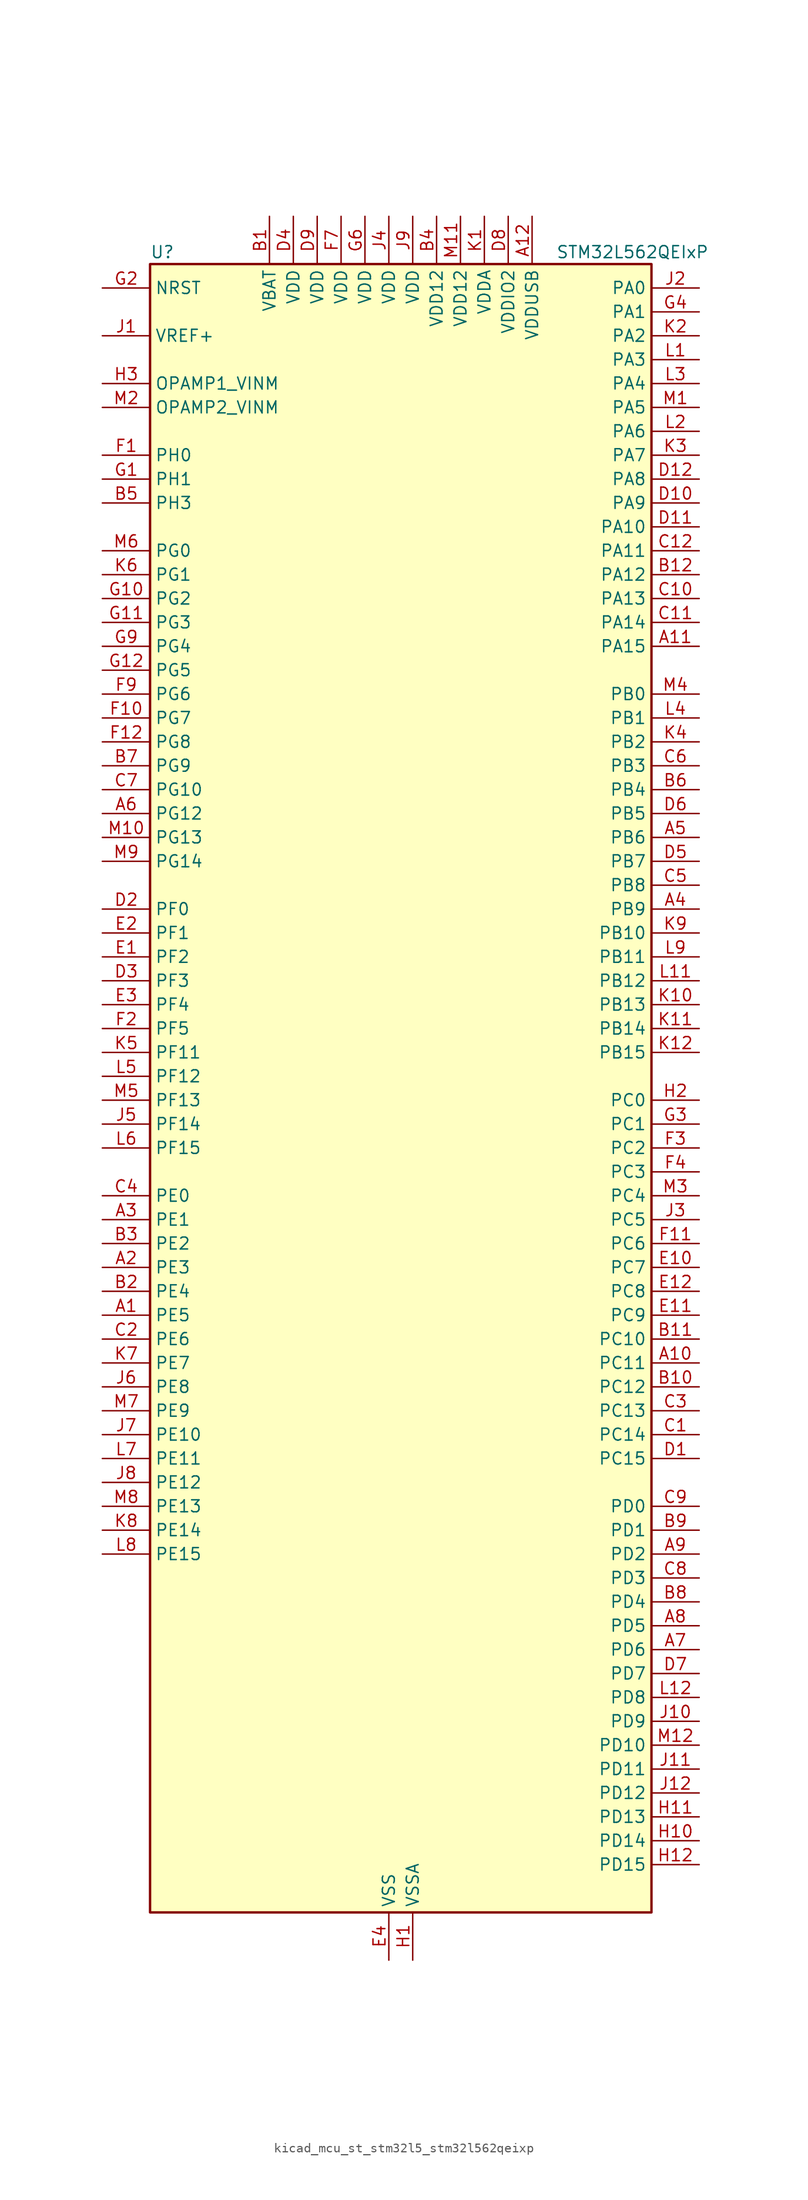
<source format=kicad_sym>
(kicad_symbol_lib
  (version 20220914)
  (generator kicad_symbol_editor)
  (symbol "kicad_mcu_st_stm32l5_stm32l562qeixp"
    (property "Reference" "U"
      (at -25.4 90.17 0)
      (effects (font (size 1.27 1.27)) (justify left)))
    (property "Value" "STM32L562QEIxP"
      (at 17.78 90.17 0)
      (effects (font (size 1.27 1.27)) (justify left)))
    (property "ki_locked" ""
      (at 0 0 0)
      (effects (font (size 1.27 1.27))))
    (symbol "kicad_mcu_st_stm32l5_stm32l562qeixp_0_1"
      (rectangle (start -25.4 -86.36) (end 27.94 88.9) (stroke (width 0.254) (type default)) (fill (type background))))
    (symbol "kicad_mcu_st_stm32l5_stm32l562qeixp_1_1"
      (pin bidirectional line (at -30.48 -22.86 0) (length 5.08) (name "PE5" (effects (font (size 1.27 1.27)))) (number "A1" (effects (font (size 1.27 1.27)))) (alternate "DEBUG_TRACED2" bidirectional line) (alternate "DFSDM1_CKIN3" bidirectional line) (alternate "FMC_A21" bidirectional line) (alternate "SAI1_CK2" bidirectional line) (alternate "SAI1_SCK_A" bidirectional line) (alternate "TIM3_CH3" bidirectional line) (alternate "TSC_G7_IO4" bidirectional line))
      (pin bidirectional line (at 33.02 -27.94 180) (length 5.08) (name "PC11" (effects (font (size 1.27 1.27)))) (number "A10" (effects (font (size 1.27 1.27)))) (alternate "ADC1_EXTI11" bidirectional line) (alternate "ADC2_EXTI11" bidirectional line) (alternate "LPTIM3_IN1" bidirectional line) (alternate "OCTOSPI1_NCS" bidirectional line) (alternate "SAI2_MCLK_B" bidirectional line) (alternate "SDMMC1_D3" bidirectional line) (alternate "SPI3_MISO" bidirectional line) (alternate "TSC_G3_IO3" bidirectional line) (alternate "UART4_RX" bidirectional line) (alternate "UCPD1_FRSTX2" bidirectional line) (alternate "USART3_RX" bidirectional line))
      (pin bidirectional line (at 33.02 48.26 180) (length 5.08) (name "PA15" (effects (font (size 1.27 1.27)))) (number "A11" (effects (font (size 1.27 1.27)))) (alternate "ADC1_EXTI15" bidirectional line) (alternate "ADC2_EXTI15" bidirectional line) (alternate "DEBUG_JTDI" bidirectional line) (alternate "SAI2_FS_B" bidirectional line) (alternate "SPI1_NSS" bidirectional line) (alternate "SPI3_NSS" bidirectional line) (alternate "TIM2_CH1" bidirectional line) (alternate "TIM2_ETR" bidirectional line) (alternate "UART4_DE" bidirectional line) (alternate "UART4_RTS" bidirectional line) (alternate "UCPD1_CC1" bidirectional line) (alternate "USART2_RX" bidirectional line) (alternate "USART3_DE" bidirectional line) (alternate "USART3_RTS" bidirectional line))
      (pin power_in line (at 15.24 93.98 270) (length 5.08) (name "VDDUSB" (effects (font (size 1.27 1.27)))) (number "A12" (effects (font (size 1.27 1.27)))))
      (pin bidirectional line (at -30.48 -17.78 0) (length 5.08) (name "PE3" (effects (font (size 1.27 1.27)))) (number "A2" (effects (font (size 1.27 1.27)))) (alternate "DEBUG_TRACED0" bidirectional line) (alternate "FMC_A19" bidirectional line) (alternate "OCTOSPI1_DQS" bidirectional line) (alternate "SAI1_SD_B" bidirectional line) (alternate "TIM3_CH1" bidirectional line) (alternate "TSC_G7_IO2" bidirectional line))
      (pin bidirectional line (at -30.48 -12.7 0) (length 5.08) (name "PE1" (effects (font (size 1.27 1.27)))) (number "A3" (effects (font (size 1.27 1.27)))) (alternate "FMC_NBL1" bidirectional line) (alternate "TIM17_CH1" bidirectional line))
      (pin bidirectional line (at 33.02 20.32 180) (length 5.08) (name "PB9" (effects (font (size 1.27 1.27)))) (number "A4" (effects (font (size 1.27 1.27)))) (alternate "DAC1_EXTI9" bidirectional line) (alternate "FDCAN1_TX" bidirectional line) (alternate "I2C1_SDA" bidirectional line) (alternate "IR_OUT" bidirectional line) (alternate "SAI1_D2" bidirectional line) (alternate "SAI1_FS_A" bidirectional line) (alternate "SDMMC1_CDIR" bidirectional line) (alternate "SDMMC1_D5" bidirectional line) (alternate "SPI2_NSS" bidirectional line) (alternate "TIM17_CH1" bidirectional line) (alternate "TIM4_CH4" bidirectional line))
      (pin bidirectional line (at 33.02 27.94 180) (length 5.08) (name "PB6" (effects (font (size 1.27 1.27)))) (number "A5" (effects (font (size 1.27 1.27)))) (alternate "COMP2_INP" bidirectional line) (alternate "I2C1_SCL" bidirectional line) (alternate "I2C4_SCL" bidirectional line) (alternate "LPTIM1_ETR" bidirectional line) (alternate "SAI1_FS_B" bidirectional line) (alternate "TIM16_CH1N" bidirectional line) (alternate "TIM4_CH1" bidirectional line) (alternate "TIM8_BKIN2" bidirectional line) (alternate "TSC_G2_IO3" bidirectional line) (alternate "USART1_TX" bidirectional line))
      (pin bidirectional line (at -30.48 30.48 0) (length 5.08) (name "PG12" (effects (font (size 1.27 1.27)))) (number "A6" (effects (font (size 1.27 1.27)))) (alternate "FMC_NE4" bidirectional line) (alternate "LPTIM1_ETR" bidirectional line) (alternate "SAI2_SD_A" bidirectional line) (alternate "SPI3_NSS" bidirectional line) (alternate "USART1_DE" bidirectional line) (alternate "USART1_RTS" bidirectional line))
      (pin bidirectional line (at 33.02 -58.42 180) (length 5.08) (name "PD6" (effects (font (size 1.27 1.27)))) (number "A7" (effects (font (size 1.27 1.27)))) (alternate "DFSDM1_DATIN1" bidirectional line) (alternate "FMC_NWAIT" bidirectional line) (alternate "OCTOSPI1_IO6" bidirectional line) (alternate "SAI1_D1" bidirectional line) (alternate "SAI1_SD_A" bidirectional line) (alternate "SPI3_MOSI" bidirectional line) (alternate "USART2_RX" bidirectional line))
      (pin bidirectional line (at 33.02 -55.88 180) (length 5.08) (name "PD5" (effects (font (size 1.27 1.27)))) (number "A8" (effects (font (size 1.27 1.27)))) (alternate "FMC_NWE" bidirectional line) (alternate "OCTOSPI1_IO5" bidirectional line) (alternate "USART2_TX" bidirectional line))
      (pin bidirectional line (at 33.02 -48.26 180) (length 5.08) (name "PD2" (effects (font (size 1.27 1.27)))) (number "A9" (effects (font (size 1.27 1.27)))) (alternate "DEBUG_TRACED2" bidirectional line) (alternate "SDMMC1_CMD" bidirectional line) (alternate "TIM3_ETR" bidirectional line) (alternate "TSC_SYNC" bidirectional line) (alternate "UART5_RX" bidirectional line) (alternate "USART3_DE" bidirectional line) (alternate "USART3_RTS" bidirectional line))
      (pin power_in line (at -12.7 93.98 270) (length 5.08) (name "VBAT" (effects (font (size 1.27 1.27)))) (number "B1" (effects (font (size 1.27 1.27)))))
      (pin bidirectional line (at 33.02 -30.48 180) (length 5.08) (name "PC12" (effects (font (size 1.27 1.27)))) (number "B10" (effects (font (size 1.27 1.27)))) (alternate "DEBUG_TRACED3" bidirectional line) (alternate "SAI2_SD_B" bidirectional line) (alternate "SDMMC1_CK" bidirectional line) (alternate "SPI3_MOSI" bidirectional line) (alternate "TSC_G3_IO4" bidirectional line) (alternate "UART5_TX" bidirectional line) (alternate "USART3_CK" bidirectional line))
      (pin bidirectional line (at 33.02 -25.4 180) (length 5.08) (name "PC10" (effects (font (size 1.27 1.27)))) (number "B11" (effects (font (size 1.27 1.27)))) (alternate "DEBUG_TRACED1" bidirectional line) (alternate "LPTIM3_ETR" bidirectional line) (alternate "SAI2_SCK_B" bidirectional line) (alternate "SDMMC1_D2" bidirectional line) (alternate "SPI3_SCK" bidirectional line) (alternate "TSC_G3_IO2" bidirectional line) (alternate "UART4_TX" bidirectional line) (alternate "USART3_TX" bidirectional line))
      (pin bidirectional line (at 33.02 55.88 180) (length 5.08) (name "PA12" (effects (font (size 1.27 1.27)))) (number "B12" (effects (font (size 1.27 1.27)))) (alternate "FDCAN1_TX" bidirectional line) (alternate "SPI1_MOSI" bidirectional line) (alternate "TIM1_ETR" bidirectional line) (alternate "USART1_DE" bidirectional line) (alternate "USART1_RTS" bidirectional line) (alternate "USB_DP" bidirectional line))
      (pin bidirectional line (at -30.48 -20.32 0) (length 5.08) (name "PE4" (effects (font (size 1.27 1.27)))) (number "B2" (effects (font (size 1.27 1.27)))) (alternate "DEBUG_TRACED1" bidirectional line) (alternate "DFSDM1_DATIN3" bidirectional line) (alternate "FMC_A20" bidirectional line) (alternate "SAI1_D2" bidirectional line) (alternate "SAI1_FS_A" bidirectional line) (alternate "TIM3_CH2" bidirectional line) (alternate "TSC_G7_IO3" bidirectional line))
      (pin bidirectional line (at -30.48 -15.24 0) (length 5.08) (name "PE2" (effects (font (size 1.27 1.27)))) (number "B3" (effects (font (size 1.27 1.27)))) (alternate "DEBUG_TRACECLK" bidirectional line) (alternate "FMC_A23" bidirectional line) (alternate "SAI1_CK1" bidirectional line) (alternate "SAI1_MCLK_A" bidirectional line) (alternate "TIM3_ETR" bidirectional line) (alternate "TSC_G7_IO1" bidirectional line))
      (pin power_in line (at 5.08 93.98 270) (length 5.08) (name "VDD12" (effects (font (size 1.27 1.27)))) (number "B4" (effects (font (size 1.27 1.27)))))
      (pin bidirectional line (at -30.48 63.5 0) (length 5.08) (name "PH3" (effects (font (size 1.27 1.27)))) (number "B5" (effects (font (size 1.27 1.27)))))
      (pin bidirectional line (at 33.02 33.02 180) (length 5.08) (name "PB4" (effects (font (size 1.27 1.27)))) (number "B6" (effects (font (size 1.27 1.27)))) (alternate "COMP2_INP" bidirectional line) (alternate "DEBUG_JTRST" bidirectional line) (alternate "I2C3_SDA" bidirectional line) (alternate "SAI1_MCLK_B" bidirectional line) (alternate "SPI1_MISO" bidirectional line) (alternate "SPI3_MISO" bidirectional line) (alternate "TIM17_BKIN" bidirectional line) (alternate "TIM3_CH1" bidirectional line) (alternate "TSC_G2_IO1" bidirectional line) (alternate "UART5_DE" bidirectional line) (alternate "UART5_RTS" bidirectional line) (alternate "USART1_CTS" bidirectional line) (alternate "USART1_NSS" bidirectional line))
      (pin bidirectional line (at -30.48 35.56 0) (length 5.08) (name "PG9" (effects (font (size 1.27 1.27)))) (number "B7" (effects (font (size 1.27 1.27)))) (alternate "DAC1_EXTI9" bidirectional line) (alternate "FMC_NCE" bidirectional line) (alternate "FMC_NE2" bidirectional line) (alternate "SAI2_SCK_A" bidirectional line) (alternate "SPI3_SCK" bidirectional line) (alternate "TIM15_CH1N" bidirectional line) (alternate "USART1_TX" bidirectional line))
      (pin bidirectional line (at 33.02 -53.34 180) (length 5.08) (name "PD4" (effects (font (size 1.27 1.27)))) (number "B8" (effects (font (size 1.27 1.27)))) (alternate "DFSDM1_CKIN0" bidirectional line) (alternate "FMC_NOE" bidirectional line) (alternate "OCTOSPI1_IO4" bidirectional line) (alternate "SPI2_MOSI" bidirectional line) (alternate "USART2_DE" bidirectional line) (alternate "USART2_RTS" bidirectional line))
      (pin bidirectional line (at 33.02 -45.72 180) (length 5.08) (name "PD1" (effects (font (size 1.27 1.27)))) (number "B9" (effects (font (size 1.27 1.27)))) (alternate "FDCAN1_TX" bidirectional line) (alternate "FMC_D3" bidirectional line) (alternate "FMC_DA3" bidirectional line) (alternate "SPI2_SCK" bidirectional line))
      (pin bidirectional line (at 33.02 -35.56 180) (length 5.08) (name "PC14" (effects (font (size 1.27 1.27)))) (number "C1" (effects (font (size 1.27 1.27)))) (alternate "RCC_OSC32_IN" bidirectional line))
      (pin bidirectional line (at 33.02 53.34 180) (length 5.08) (name "PA13" (effects (font (size 1.27 1.27)))) (number "C10" (effects (font (size 1.27 1.27)))) (alternate "DEBUG_JTMS-SWDIO" bidirectional line) (alternate "IR_OUT" bidirectional line) (alternate "SAI1_SD_B" bidirectional line) (alternate "USB_NOE" bidirectional line))
      (pin bidirectional line (at 33.02 50.8 180) (length 5.08) (name "PA14" (effects (font (size 1.27 1.27)))) (number "C11" (effects (font (size 1.27 1.27)))) (alternate "DEBUG_JTCK-SWCLK" bidirectional line) (alternate "I2C1_SMBA" bidirectional line) (alternate "I2C4_SMBA" bidirectional line) (alternate "LPTIM1_OUT" bidirectional line) (alternate "SAI1_FS_B" bidirectional line))
      (pin bidirectional line (at 33.02 58.42 180) (length 5.08) (name "PA11" (effects (font (size 1.27 1.27)))) (number "C12" (effects (font (size 1.27 1.27)))) (alternate "ADC1_EXTI11" bidirectional line) (alternate "ADC2_EXTI11" bidirectional line) (alternate "FDCAN1_RX" bidirectional line) (alternate "SPI1_MISO" bidirectional line) (alternate "TIM1_BKIN2" bidirectional line) (alternate "TIM1_CH4" bidirectional line) (alternate "USART1_CTS" bidirectional line) (alternate "USART1_NSS" bidirectional line) (alternate "USB_DM" bidirectional line))
      (pin bidirectional line (at -30.48 -25.4 0) (length 5.08) (name "PE6" (effects (font (size 1.27 1.27)))) (number "C2" (effects (font (size 1.27 1.27)))) (alternate "DEBUG_TRACED3" bidirectional line) (alternate "FMC_A22" bidirectional line) (alternate "PWR_WKUP3" bidirectional line) (alternate "SAI1_D1" bidirectional line) (alternate "SAI1_SD_A" bidirectional line) (alternate "TAMP_IN3" bidirectional line) (alternate "TAMP_OUT6" bidirectional line) (alternate "TIM3_CH4" bidirectional line))
      (pin bidirectional line (at 33.02 -33.02 180) (length 5.08) (name "PC13" (effects (font (size 1.27 1.27)))) (number "C3" (effects (font (size 1.27 1.27)))) (alternate "PWR_WKUP2" bidirectional line) (alternate "RTC_OUT1" bidirectional line) (alternate "RTC_TS" bidirectional line) (alternate "TAMP_IN1" bidirectional line) (alternate "TAMP_OUT2" bidirectional line))
      (pin bidirectional line (at -30.48 -10.16 0) (length 5.08) (name "PE0" (effects (font (size 1.27 1.27)))) (number "C4" (effects (font (size 1.27 1.27)))) (alternate "FMC_NBL0" bidirectional line) (alternate "TIM16_CH1" bidirectional line) (alternate "TIM4_ETR" bidirectional line))
      (pin bidirectional line (at 33.02 22.86 180) (length 5.08) (name "PB8" (effects (font (size 1.27 1.27)))) (number "C5" (effects (font (size 1.27 1.27)))) (alternate "DFSDM1_CKOUT" bidirectional line) (alternate "FDCAN1_RX" bidirectional line) (alternate "I2C1_SCL" bidirectional line) (alternate "SAI1_CK1" bidirectional line) (alternate "SAI1_MCLK_A" bidirectional line) (alternate "SDMMC1_CKIN" bidirectional line) (alternate "SDMMC1_D4" bidirectional line) (alternate "TIM16_CH1" bidirectional line) (alternate "TIM4_CH3" bidirectional line))
      (pin bidirectional line (at 33.02 35.56 180) (length 5.08) (name "PB3" (effects (font (size 1.27 1.27)))) (number "C6" (effects (font (size 1.27 1.27)))) (alternate "COMP2_INM" bidirectional line) (alternate "CRS_SYNC" bidirectional line) (alternate "DEBUG_JTDO-SWO" bidirectional line) (alternate "SAI1_SCK_B" bidirectional line) (alternate "SPI1_SCK" bidirectional line) (alternate "SPI3_SCK" bidirectional line) (alternate "TIM2_CH2" bidirectional line) (alternate "USART1_DE" bidirectional line) (alternate "USART1_RTS" bidirectional line))
      (pin bidirectional line (at -30.48 33.02 0) (length 5.08) (name "PG10" (effects (font (size 1.27 1.27)))) (number "C7" (effects (font (size 1.27 1.27)))) (alternate "FMC_NE3" bidirectional line) (alternate "LPTIM1_IN1" bidirectional line) (alternate "SAI2_FS_A" bidirectional line) (alternate "SPI3_MISO" bidirectional line) (alternate "TIM15_CH1" bidirectional line) (alternate "USART1_RX" bidirectional line))
      (pin bidirectional line (at 33.02 -50.8 180) (length 5.08) (name "PD3" (effects (font (size 1.27 1.27)))) (number "C8" (effects (font (size 1.27 1.27)))) (alternate "DFSDM1_DATIN0" bidirectional line) (alternate "FMC_CLK" bidirectional line) (alternate "SPI2_MISO" bidirectional line) (alternate "SPI2_SCK" bidirectional line) (alternate "USART2_CTS" bidirectional line) (alternate "USART2_NSS" bidirectional line))
      (pin bidirectional line (at 33.02 -43.18 180) (length 5.08) (name "PD0" (effects (font (size 1.27 1.27)))) (number "C9" (effects (font (size 1.27 1.27)))) (alternate "FDCAN1_RX" bidirectional line) (alternate "FMC_D2" bidirectional line) (alternate "FMC_DA2" bidirectional line) (alternate "SPI2_NSS" bidirectional line))
      (pin bidirectional line (at 33.02 -38.1 180) (length 5.08) (name "PC15" (effects (font (size 1.27 1.27)))) (number "D1" (effects (font (size 1.27 1.27)))) (alternate "ADC1_EXTI15" bidirectional line) (alternate "ADC2_EXTI15" bidirectional line) (alternate "RCC_OSC32_OUT" bidirectional line))
      (pin bidirectional line (at 33.02 63.5 180) (length 5.08) (name "PA9" (effects (font (size 1.27 1.27)))) (number "D10" (effects (font (size 1.27 1.27)))) (alternate "DAC1_EXTI9" bidirectional line) (alternate "SAI1_FS_A" bidirectional line) (alternate "SPI2_SCK" bidirectional line) (alternate "TIM15_BKIN" bidirectional line) (alternate "TIM1_CH2" bidirectional line) (alternate "USART1_TX" bidirectional line))
      (pin bidirectional line (at 33.02 60.96 180) (length 5.08) (name "PA10" (effects (font (size 1.27 1.27)))) (number "D11" (effects (font (size 1.27 1.27)))) (alternate "CRS_SYNC" bidirectional line) (alternate "SAI1_D1" bidirectional line) (alternate "SAI1_SD_A" bidirectional line) (alternate "TIM17_BKIN" bidirectional line) (alternate "TIM1_CH3" bidirectional line) (alternate "USART1_RX" bidirectional line))
      (pin bidirectional line (at 33.02 66.04 180) (length 5.08) (name "PA8" (effects (font (size 1.27 1.27)))) (number "D12" (effects (font (size 1.27 1.27)))) (alternate "LPTIM2_OUT" bidirectional line) (alternate "RCC_MCO" bidirectional line) (alternate "SAI1_CK2" bidirectional line) (alternate "SAI1_SCK_A" bidirectional line) (alternate "TIM1_CH1" bidirectional line) (alternate "USART1_CK" bidirectional line))
      (pin bidirectional line (at -30.48 20.32 0) (length 5.08) (name "PF0" (effects (font (size 1.27 1.27)))) (number "D2" (effects (font (size 1.27 1.27)))) (alternate "FMC_A0" bidirectional line) (alternate "I2C2_SDA" bidirectional line))
      (pin bidirectional line (at -30.48 12.7 0) (length 5.08) (name "PF3" (effects (font (size 1.27 1.27)))) (number "D3" (effects (font (size 1.27 1.27)))) (alternate "FMC_A3" bidirectional line) (alternate "LPTIM3_IN1" bidirectional line))
      (pin power_in line (at -10.16 93.98 270) (length 5.08) (name "VDD" (effects (font (size 1.27 1.27)))) (number "D4" (effects (font (size 1.27 1.27)))))
      (pin bidirectional line (at 33.02 25.4 180) (length 5.08) (name "PB7" (effects (font (size 1.27 1.27)))) (number "D5" (effects (font (size 1.27 1.27)))) (alternate "COMP2_INM" bidirectional line) (alternate "FMC_NL" bidirectional line) (alternate "I2C1_SDA" bidirectional line) (alternate "I2C4_SDA" bidirectional line) (alternate "LPTIM1_IN2" bidirectional line) (alternate "PWR_PVD_IN" bidirectional line) (alternate "TIM17_CH1N" bidirectional line) (alternate "TIM4_CH2" bidirectional line) (alternate "TIM8_BKIN" bidirectional line) (alternate "TSC_G2_IO4" bidirectional line) (alternate "UART4_CTS" bidirectional line) (alternate "USART1_RX" bidirectional line))
      (pin bidirectional line (at 33.02 30.48 180) (length 5.08) (name "PB5" (effects (font (size 1.27 1.27)))) (number "D6" (effects (font (size 1.27 1.27)))) (alternate "COMP2_OUT" bidirectional line) (alternate "I2C1_SMBA" bidirectional line) (alternate "LPTIM1_IN1" bidirectional line) (alternate "OCTOSPI1_NCLK" bidirectional line) (alternate "SAI1_SD_B" bidirectional line) (alternate "SPI1_MOSI" bidirectional line) (alternate "SPI3_MOSI" bidirectional line) (alternate "TIM16_BKIN" bidirectional line) (alternate "TIM3_CH2" bidirectional line) (alternate "TSC_G2_IO2" bidirectional line) (alternate "UART5_CTS" bidirectional line) (alternate "UCPD1_DBCC1" bidirectional line) (alternate "USART1_CK" bidirectional line))
      (pin bidirectional line (at 33.02 -60.96 180) (length 5.08) (name "PD7" (effects (font (size 1.27 1.27)))) (number "D7" (effects (font (size 1.27 1.27)))) (alternate "DFSDM1_CKIN1" bidirectional line) (alternate "FMC_NCE" bidirectional line) (alternate "FMC_NE1" bidirectional line) (alternate "OCTOSPI1_IO7" bidirectional line) (alternate "USART2_CK" bidirectional line))
      (pin power_in line (at 12.7 93.98 270) (length 5.08) (name "VDDIO2" (effects (font (size 1.27 1.27)))) (number "D8" (effects (font (size 1.27 1.27)))))
      (pin power_in line (at -7.62 93.98 270) (length 5.08) (name "VDD" (effects (font (size 1.27 1.27)))) (number "D9" (effects (font (size 1.27 1.27)))))
      (pin bidirectional line (at -30.48 15.24 0) (length 5.08) (name "PF2" (effects (font (size 1.27 1.27)))) (number "E1" (effects (font (size 1.27 1.27)))) (alternate "FMC_A2" bidirectional line) (alternate "I2C2_SMBA" bidirectional line))
      (pin bidirectional line (at 33.02 -17.78 180) (length 5.08) (name "PC7" (effects (font (size 1.27 1.27)))) (number "E10" (effects (font (size 1.27 1.27)))) (alternate "DFSDM1_DATIN3" bidirectional line) (alternate "SAI2_MCLK_B" bidirectional line) (alternate "SDMMC1_D123DIR" bidirectional line) (alternate "SDMMC1_D7" bidirectional line) (alternate "TIM3_CH2" bidirectional line) (alternate "TIM8_CH2" bidirectional line) (alternate "TSC_G4_IO2" bidirectional line))
      (pin bidirectional line (at 33.02 -22.86 180) (length 5.08) (name "PC9" (effects (font (size 1.27 1.27)))) (number "E11" (effects (font (size 1.27 1.27)))) (alternate "DAC1_EXTI9" bidirectional line) (alternate "DEBUG_TRACED0" bidirectional line) (alternate "SAI2_EXTCLK" bidirectional line) (alternate "SDMMC1_D1" bidirectional line) (alternate "TIM3_CH4" bidirectional line) (alternate "TIM8_BKIN2" bidirectional line) (alternate "TIM8_CH4" bidirectional line) (alternate "TSC_G4_IO4" bidirectional line) (alternate "USB_NOE" bidirectional line))
      (pin bidirectional line (at 33.02 -20.32 180) (length 5.08) (name "PC8" (effects (font (size 1.27 1.27)))) (number "E12" (effects (font (size 1.27 1.27)))) (alternate "SDMMC1_D0" bidirectional line) (alternate "TIM3_CH3" bidirectional line) (alternate "TIM8_CH3" bidirectional line) (alternate "TSC_G4_IO3" bidirectional line))
      (pin bidirectional line (at -30.48 17.78 0) (length 5.08) (name "PF1" (effects (font (size 1.27 1.27)))) (number "E2" (effects (font (size 1.27 1.27)))) (alternate "FMC_A1" bidirectional line) (alternate "I2C2_SCL" bidirectional line))
      (pin bidirectional line (at -30.48 10.16 0) (length 5.08) (name "PF4" (effects (font (size 1.27 1.27)))) (number "E3" (effects (font (size 1.27 1.27)))) (alternate "FMC_A4" bidirectional line) (alternate "LPTIM3_ETR" bidirectional line))
      (pin power_in line (at 0 -91.44 90) (length 5.08) (name "VSS" (effects (font (size 1.27 1.27)))) (number "E4" (effects (font (size 1.27 1.27)))))
      (pin passive line (at 0 -91.44 90) (length 5.08) hide (name "VSS" (effects (font (size 1.27 1.27)))) (number "E9" (effects (font (size 1.27 1.27)))))
      (pin bidirectional line (at -30.48 68.58 0) (length 5.08) (name "PH0" (effects (font (size 1.27 1.27)))) (number "F1" (effects (font (size 1.27 1.27)))) (alternate "RCC_OSC_IN" bidirectional line))
      (pin bidirectional line (at -30.48 40.64 0) (length 5.08) (name "PG7" (effects (font (size 1.27 1.27)))) (number "F10" (effects (font (size 1.27 1.27)))) (alternate "DFSDM1_CKOUT" bidirectional line) (alternate "FMC_INT" bidirectional line) (alternate "I2C3_SCL" bidirectional line) (alternate "LPUART1_TX" bidirectional line) (alternate "SAI1_CK1" bidirectional line) (alternate "SAI1_MCLK_A" bidirectional line) (alternate "UCPD1_FRSTX2" bidirectional line))
      (pin bidirectional line (at 33.02 -15.24 180) (length 5.08) (name "PC6" (effects (font (size 1.27 1.27)))) (number "F11" (effects (font (size 1.27 1.27)))) (alternate "DFSDM1_CKIN3" bidirectional line) (alternate "SAI2_MCLK_A" bidirectional line) (alternate "SDMMC1_D0DIR" bidirectional line) (alternate "SDMMC1_D6" bidirectional line) (alternate "TIM3_CH1" bidirectional line) (alternate "TIM8_CH1" bidirectional line) (alternate "TSC_G4_IO1" bidirectional line))
      (pin bidirectional line (at -30.48 38.1 0) (length 5.08) (name "PG8" (effects (font (size 1.27 1.27)))) (number "F12" (effects (font (size 1.27 1.27)))) (alternate "I2C3_SDA" bidirectional line) (alternate "LPUART1_RX" bidirectional line))
      (pin bidirectional line (at -30.48 7.62 0) (length 5.08) (name "PF5" (effects (font (size 1.27 1.27)))) (number "F2" (effects (font (size 1.27 1.27)))) (alternate "FMC_A5" bidirectional line) (alternate "LPTIM3_OUT" bidirectional line))
      (pin bidirectional line (at 33.02 -5.08 180) (length 5.08) (name "PC2" (effects (font (size 1.27 1.27)))) (number "F3" (effects (font (size 1.27 1.27)))) (alternate "ADC1_IN3" bidirectional line) (alternate "ADC2_IN3" bidirectional line) (alternate "DFSDM1_CKOUT" bidirectional line) (alternate "LPTIM1_IN2" bidirectional line) (alternate "OCTOSPI1_IO5" bidirectional line) (alternate "SPI2_MISO" bidirectional line))
      (pin bidirectional line (at 33.02 -7.62 180) (length 5.08) (name "PC3" (effects (font (size 1.27 1.27)))) (number "F4" (effects (font (size 1.27 1.27)))) (alternate "ADC1_IN4" bidirectional line) (alternate "ADC2_IN4" bidirectional line) (alternate "LPTIM1_ETR" bidirectional line) (alternate "LPTIM2_ETR" bidirectional line) (alternate "LPTIM3_OUT" bidirectional line) (alternate "OCTOSPI1_IO6" bidirectional line) (alternate "SAI1_D1" bidirectional line) (alternate "SAI1_SD_A" bidirectional line) (alternate "SPI2_MOSI" bidirectional line))
      (pin passive line (at 0 -91.44 90) (length 5.08) hide (name "VSS" (effects (font (size 1.27 1.27)))) (number "F6" (effects (font (size 1.27 1.27)))))
      (pin power_in line (at -5.08 93.98 270) (length 5.08) (name "VDD" (effects (font (size 1.27 1.27)))) (number "F7" (effects (font (size 1.27 1.27)))))
      (pin bidirectional line (at -30.48 43.18 0) (length 5.08) (name "PG6" (effects (font (size 1.27 1.27)))) (number "F9" (effects (font (size 1.27 1.27)))) (alternate "I2C3_SMBA" bidirectional line) (alternate "LPUART1_DE" bidirectional line) (alternate "LPUART1_RTS" bidirectional line) (alternate "OCTOSPI1_DQS" bidirectional line) (alternate "UCPD1_FRSTX1" bidirectional line))
      (pin bidirectional line (at -30.48 66.04 0) (length 5.08) (name "PH1" (effects (font (size 1.27 1.27)))) (number "G1" (effects (font (size 1.27 1.27)))) (alternate "RCC_OSC_OUT" bidirectional line))
      (pin bidirectional line (at -30.48 53.34 0) (length 5.08) (name "PG2" (effects (font (size 1.27 1.27)))) (number "G10" (effects (font (size 1.27 1.27)))) (alternate "FMC_A12" bidirectional line) (alternate "SAI2_SCK_B" bidirectional line) (alternate "SPI1_SCK" bidirectional line))
      (pin bidirectional line (at -30.48 50.8 0) (length 5.08) (name "PG3" (effects (font (size 1.27 1.27)))) (number "G11" (effects (font (size 1.27 1.27)))) (alternate "FMC_A13" bidirectional line) (alternate "SAI2_FS_B" bidirectional line) (alternate "SPI1_MISO" bidirectional line))
      (pin bidirectional line (at -30.48 45.72 0) (length 5.08) (name "PG5" (effects (font (size 1.27 1.27)))) (number "G12" (effects (font (size 1.27 1.27)))) (alternate "FMC_A15" bidirectional line) (alternate "LPUART1_CTS" bidirectional line) (alternate "SAI2_SD_B" bidirectional line) (alternate "SPI1_NSS" bidirectional line))
      (pin input line (at -30.48 86.36 0) (length 5.08) (name "NRST" (effects (font (size 1.27 1.27)))) (number "G2" (effects (font (size 1.27 1.27)))))
      (pin bidirectional line (at 33.02 -2.54 180) (length 5.08) (name "PC1" (effects (font (size 1.27 1.27)))) (number "G3" (effects (font (size 1.27 1.27)))) (alternate "ADC1_IN2" bidirectional line) (alternate "ADC2_IN2" bidirectional line) (alternate "DEBUG_TRACED0" bidirectional line) (alternate "I2C3_SDA" bidirectional line) (alternate "LPTIM1_OUT" bidirectional line) (alternate "LPUART1_TX" bidirectional line) (alternate "OCTOSPI1_IO4" bidirectional line) (alternate "SAI1_SD_A" bidirectional line) (alternate "SPI2_MOSI" bidirectional line))
      (pin bidirectional line (at 33.02 83.82 180) (length 5.08) (name "PA1" (effects (font (size 1.27 1.27)))) (number "G4" (effects (font (size 1.27 1.27)))) (alternate "ADC1_IN6" bidirectional line) (alternate "ADC2_IN6" bidirectional line) (alternate "I2C1_SMBA" bidirectional line) (alternate "OCTOSPI1_DQS" bidirectional line) (alternate "OPAMP1_VINM" bidirectional line) (alternate "SPI1_SCK" bidirectional line) (alternate "TAMP_IN5" bidirectional line) (alternate "TAMP_OUT4" bidirectional line) (alternate "TIM15_CH1N" bidirectional line) (alternate "TIM2_CH2" bidirectional line) (alternate "TIM5_CH2" bidirectional line) (alternate "UART4_RX" bidirectional line) (alternate "USART2_DE" bidirectional line) (alternate "USART2_RTS" bidirectional line))
      (pin power_in line (at -2.54 93.98 270) (length 5.08) (name "VDD" (effects (font (size 1.27 1.27)))) (number "G6" (effects (font (size 1.27 1.27)))))
      (pin passive line (at 0 -91.44 90) (length 5.08) hide (name "VSS" (effects (font (size 1.27 1.27)))) (number "G7" (effects (font (size 1.27 1.27)))))
      (pin bidirectional line (at -30.48 48.26 0) (length 5.08) (name "PG4" (effects (font (size 1.27 1.27)))) (number "G9" (effects (font (size 1.27 1.27)))) (alternate "FMC_A14" bidirectional line) (alternate "SAI2_MCLK_B" bidirectional line) (alternate "SPI1_MOSI" bidirectional line))
      (pin power_in line (at 2.54 -91.44 90) (length 5.08) (name "VSSA" (effects (font (size 1.27 1.27)))) (number "H1" (effects (font (size 1.27 1.27)))))
      (pin bidirectional line (at 33.02 -78.74 180) (length 5.08) (name "PD14" (effects (font (size 1.27 1.27)))) (number "H10" (effects (font (size 1.27 1.27)))) (alternate "FMC_D0" bidirectional line) (alternate "FMC_DA0" bidirectional line) (alternate "TIM4_CH3" bidirectional line))
      (pin bidirectional line (at 33.02 -76.2 180) (length 5.08) (name "PD13" (effects (font (size 1.27 1.27)))) (number "H11" (effects (font (size 1.27 1.27)))) (alternate "FMC_A18" bidirectional line) (alternate "I2C4_SDA" bidirectional line) (alternate "LPTIM2_OUT" bidirectional line) (alternate "TIM4_CH2" bidirectional line) (alternate "TSC_G6_IO4" bidirectional line))
      (pin bidirectional line (at 33.02 -81.28 180) (length 5.08) (name "PD15" (effects (font (size 1.27 1.27)))) (number "H12" (effects (font (size 1.27 1.27)))) (alternate "ADC1_EXTI15" bidirectional line) (alternate "ADC2_EXTI15" bidirectional line) (alternate "FMC_D1" bidirectional line) (alternate "FMC_DA1" bidirectional line) (alternate "TIM4_CH4" bidirectional line))
      (pin bidirectional line (at 33.02 0 180) (length 5.08) (name "PC0" (effects (font (size 1.27 1.27)))) (number "H2" (effects (font (size 1.27 1.27)))) (alternate "ADC1_IN1" bidirectional line) (alternate "ADC2_IN1" bidirectional line) (alternate "I2C3_SCL" bidirectional line) (alternate "LPTIM1_IN1" bidirectional line) (alternate "LPTIM2_IN1" bidirectional line) (alternate "LPUART1_RX" bidirectional line) (alternate "OCTOSPI1_IO7" bidirectional line) (alternate "SAI2_FS_A" bidirectional line) (alternate "SDMMC1_D5" bidirectional line))
      (pin bidirectional line (at -30.48 76.2 0) (length 5.08) (name "OPAMP1_VINM" (effects (font (size 1.27 1.27)))) (number "H3" (effects (font (size 1.27 1.27)))) (alternate "OPAMP1_VINM" bidirectional line))
      (pin passive line (at 0 -91.44 90) (length 5.08) hide (name "VSS" (effects (font (size 1.27 1.27)))) (number "H4" (effects (font (size 1.27 1.27)))))
      (pin passive line (at 0 -91.44 90) (length 5.08) hide (name "VSS" (effects (font (size 1.27 1.27)))) (number "H9" (effects (font (size 1.27 1.27)))))
      (pin input line (at -30.48 81.28 0) (length 5.08) (name "VREF+" (effects (font (size 1.27 1.27)))) (number "J1" (effects (font (size 1.27 1.27)))))
      (pin bidirectional line (at 33.02 -66.04 180) (length 5.08) (name "PD9" (effects (font (size 1.27 1.27)))) (number "J10" (effects (font (size 1.27 1.27)))) (alternate "DAC1_EXTI9" bidirectional line) (alternate "FMC_D14" bidirectional line) (alternate "FMC_DA14" bidirectional line) (alternate "SAI2_MCLK_A" bidirectional line) (alternate "USART3_RX" bidirectional line))
      (pin bidirectional line (at 33.02 -71.12 180) (length 5.08) (name "PD11" (effects (font (size 1.27 1.27)))) (number "J11" (effects (font (size 1.27 1.27)))) (alternate "ADC1_EXTI11" bidirectional line) (alternate "ADC2_EXTI11" bidirectional line) (alternate "FMC_A16" bidirectional line) (alternate "FMC_CLE" bidirectional line) (alternate "I2C4_SMBA" bidirectional line) (alternate "LPTIM2_ETR" bidirectional line) (alternate "SAI2_SD_A" bidirectional line) (alternate "TSC_G6_IO2" bidirectional line) (alternate "USART3_CTS" bidirectional line) (alternate "USART3_NSS" bidirectional line))
      (pin bidirectional line (at 33.02 -73.66 180) (length 5.08) (name "PD12" (effects (font (size 1.27 1.27)))) (number "J12" (effects (font (size 1.27 1.27)))) (alternate "FMC_A17" bidirectional line) (alternate "FMC_ALE" bidirectional line) (alternate "I2C4_SCL" bidirectional line) (alternate "LPTIM2_IN1" bidirectional line) (alternate "SAI2_FS_A" bidirectional line) (alternate "TIM4_CH1" bidirectional line) (alternate "TSC_G6_IO3" bidirectional line) (alternate "USART3_DE" bidirectional line) (alternate "USART3_RTS" bidirectional line))
      (pin bidirectional line (at 33.02 86.36 180) (length 5.08) (name "PA0" (effects (font (size 1.27 1.27)))) (number "J2" (effects (font (size 1.27 1.27)))) (alternate "ADC1_IN5" bidirectional line) (alternate "ADC2_IN5" bidirectional line) (alternate "OPAMP1_VINP" bidirectional line) (alternate "PWR_WKUP1" bidirectional line) (alternate "SAI1_EXTCLK" bidirectional line) (alternate "TAMP_IN2" bidirectional line) (alternate "TAMP_OUT1" bidirectional line) (alternate "TIM2_CH1" bidirectional line) (alternate "TIM2_ETR" bidirectional line) (alternate "TIM5_CH1" bidirectional line) (alternate "TIM8_ETR" bidirectional line) (alternate "UART4_TX" bidirectional line) (alternate "USART2_CTS" bidirectional line) (alternate "USART2_NSS" bidirectional line))
      (pin bidirectional line (at 33.02 -12.7 180) (length 5.08) (name "PC5" (effects (font (size 1.27 1.27)))) (number "J3" (effects (font (size 1.27 1.27)))) (alternate "ADC1_IN14" bidirectional line) (alternate "ADC2_IN14" bidirectional line) (alternate "COMP1_INP" bidirectional line) (alternate "PWR_WKUP5" bidirectional line) (alternate "SAI1_D3" bidirectional line) (alternate "TAMP_IN4" bidirectional line) (alternate "TAMP_OUT5" bidirectional line) (alternate "USART3_RX" bidirectional line))
      (pin power_in line (at 0 93.98 270) (length 5.08) (name "VDD" (effects (font (size 1.27 1.27)))) (number "J4" (effects (font (size 1.27 1.27)))))
      (pin bidirectional line (at -30.48 -2.54 0) (length 5.08) (name "PF14" (effects (font (size 1.27 1.27)))) (number "J5" (effects (font (size 1.27 1.27)))) (alternate "FMC_A8" bidirectional line) (alternate "I2C4_SCL" bidirectional line) (alternate "TSC_G8_IO1" bidirectional line))
      (pin bidirectional line (at -30.48 -30.48 0) (length 5.08) (name "PE8" (effects (font (size 1.27 1.27)))) (number "J6" (effects (font (size 1.27 1.27)))) (alternate "DFSDM1_CKIN2" bidirectional line) (alternate "FMC_D5" bidirectional line) (alternate "FMC_DA5" bidirectional line) (alternate "SAI1_SCK_B" bidirectional line) (alternate "TIM1_CH1N" bidirectional line))
      (pin bidirectional line (at -30.48 -35.56 0) (length 5.08) (name "PE10" (effects (font (size 1.27 1.27)))) (number "J7" (effects (font (size 1.27 1.27)))) (alternate "FMC_D7" bidirectional line) (alternate "FMC_DA7" bidirectional line) (alternate "OCTOSPI1_CLK" bidirectional line) (alternate "SAI1_MCLK_B" bidirectional line) (alternate "TIM1_CH2N" bidirectional line) (alternate "TSC_G5_IO1" bidirectional line))
      (pin bidirectional line (at -30.48 -40.64 0) (length 5.08) (name "PE12" (effects (font (size 1.27 1.27)))) (number "J8" (effects (font (size 1.27 1.27)))) (alternate "FMC_D9" bidirectional line) (alternate "FMC_DA9" bidirectional line) (alternate "OCTOSPI1_IO0" bidirectional line) (alternate "SPI1_NSS" bidirectional line) (alternate "TIM1_CH3N" bidirectional line) (alternate "TSC_G5_IO3" bidirectional line))
      (pin power_in line (at 2.54 93.98 270) (length 5.08) (name "VDD" (effects (font (size 1.27 1.27)))) (number "J9" (effects (font (size 1.27 1.27)))))
      (pin power_in line (at 10.16 93.98 270) (length 5.08) (name "VDDA" (effects (font (size 1.27 1.27)))) (number "K1" (effects (font (size 1.27 1.27)))))
      (pin bidirectional line (at 33.02 10.16 180) (length 5.08) (name "PB13" (effects (font (size 1.27 1.27)))) (number "K10" (effects (font (size 1.27 1.27)))) (alternate "DFSDM1_CKIN1" bidirectional line) (alternate "I2C2_SCL" bidirectional line) (alternate "LPTIM3_IN1" bidirectional line) (alternate "LPUART1_CTS" bidirectional line) (alternate "SAI2_SCK_A" bidirectional line) (alternate "SPI2_SCK" bidirectional line) (alternate "TIM15_CH1N" bidirectional line) (alternate "TIM1_CH1N" bidirectional line) (alternate "TSC_G1_IO2" bidirectional line) (alternate "UCPD1_FRSTX2" bidirectional line) (alternate "USART3_CTS" bidirectional line) (alternate "USART3_NSS" bidirectional line))
      (pin bidirectional line (at 33.02 7.62 180) (length 5.08) (name "PB14" (effects (font (size 1.27 1.27)))) (number "K11" (effects (font (size 1.27 1.27)))) (alternate "DFSDM1_DATIN2" bidirectional line) (alternate "I2C2_SDA" bidirectional line) (alternate "LPTIM3_ETR" bidirectional line) (alternate "SAI2_MCLK_A" bidirectional line) (alternate "SPI2_MISO" bidirectional line) (alternate "TIM15_CH1" bidirectional line) (alternate "TIM1_CH2N" bidirectional line) (alternate "TIM8_CH2N" bidirectional line) (alternate "TSC_G1_IO3" bidirectional line) (alternate "UCPD1_DBCC2" bidirectional line) (alternate "USART3_DE" bidirectional line) (alternate "USART3_RTS" bidirectional line))
      (pin bidirectional line (at 33.02 5.08 180) (length 5.08) (name "PB15" (effects (font (size 1.27 1.27)))) (number "K12" (effects (font (size 1.27 1.27)))) (alternate "ADC1_EXTI15" bidirectional line) (alternate "ADC2_EXTI15" bidirectional line) (alternate "DFSDM1_CKIN2" bidirectional line) (alternate "RTC_REFIN" bidirectional line) (alternate "SAI2_SD_A" bidirectional line) (alternate "SPI2_MOSI" bidirectional line) (alternate "TIM15_CH2" bidirectional line) (alternate "TIM1_CH3N" bidirectional line) (alternate "TIM8_CH3N" bidirectional line) (alternate "UCPD1_CC2" bidirectional line))
      (pin bidirectional line (at 33.02 81.28 180) (length 5.08) (name "PA2" (effects (font (size 1.27 1.27)))) (number "K2" (effects (font (size 1.27 1.27)))) (alternate "ADC1_IN7" bidirectional line) (alternate "ADC2_IN7" bidirectional line) (alternate "COMP1_INP" bidirectional line) (alternate "LPUART1_TX" bidirectional line) (alternate "OCTOSPI1_NCS" bidirectional line) (alternate "PWR_WKUP4" bidirectional line) (alternate "RCC_LSCO" bidirectional line) (alternate "SAI2_EXTCLK" bidirectional line) (alternate "TIM15_CH1" bidirectional line) (alternate "TIM2_CH3" bidirectional line) (alternate "TIM5_CH3" bidirectional line) (alternate "UCPD1_FRSTX1" bidirectional line) (alternate "USART2_TX" bidirectional line))
      (pin bidirectional line (at 33.02 68.58 180) (length 5.08) (name "PA7" (effects (font (size 1.27 1.27)))) (number "K3" (effects (font (size 1.27 1.27)))) (alternate "ADC1_IN12" bidirectional line) (alternate "ADC2_IN12" bidirectional line) (alternate "I2C3_SCL" bidirectional line) (alternate "OCTOSPI1_IO2" bidirectional line) (alternate "OPAMP2_VINM" bidirectional line) (alternate "SPI1_MOSI" bidirectional line) (alternate "TIM17_CH1" bidirectional line) (alternate "TIM1_CH1N" bidirectional line) (alternate "TIM3_CH2" bidirectional line) (alternate "TIM8_CH1N" bidirectional line))
      (pin bidirectional line (at 33.02 38.1 180) (length 5.08) (name "PB2" (effects (font (size 1.27 1.27)))) (number "K4" (effects (font (size 1.27 1.27)))) (alternate "COMP1_INP" bidirectional line) (alternate "DFSDM1_CKIN0" bidirectional line) (alternate "I2C3_SMBA" bidirectional line) (alternate "LPTIM1_OUT" bidirectional line) (alternate "OCTOSPI1_DQS" bidirectional line) (alternate "RTC_OUT2" bidirectional line) (alternate "UCPD1_FRSTX1" bidirectional line))
      (pin bidirectional line (at -30.48 5.08 0) (length 5.08) (name "PF11" (effects (font (size 1.27 1.27)))) (number "K5" (effects (font (size 1.27 1.27)))) (alternate "ADC1_EXTI11" bidirectional line) (alternate "ADC2_EXTI11" bidirectional line) (alternate "OCTOSPI1_NCLK" bidirectional line))
      (pin bidirectional line (at -30.48 55.88 0) (length 5.08) (name "PG1" (effects (font (size 1.27 1.27)))) (number "K6" (effects (font (size 1.27 1.27)))) (alternate "FMC_A11" bidirectional line) (alternate "TSC_G8_IO4" bidirectional line))
      (pin bidirectional line (at -30.48 -27.94 0) (length 5.08) (name "PE7" (effects (font (size 1.27 1.27)))) (number "K7" (effects (font (size 1.27 1.27)))) (alternate "DFSDM1_DATIN2" bidirectional line) (alternate "FMC_D4" bidirectional line) (alternate "FMC_DA4" bidirectional line) (alternate "SAI1_SD_B" bidirectional line) (alternate "TIM1_ETR" bidirectional line))
      (pin bidirectional line (at -30.48 -45.72 0) (length 5.08) (name "PE14" (effects (font (size 1.27 1.27)))) (number "K8" (effects (font (size 1.27 1.27)))) (alternate "FMC_D11" bidirectional line) (alternate "FMC_DA11" bidirectional line) (alternate "OCTOSPI1_IO2" bidirectional line) (alternate "SPI1_MISO" bidirectional line) (alternate "TIM1_BKIN2" bidirectional line) (alternate "TIM1_CH4" bidirectional line))
      (pin bidirectional line (at 33.02 17.78 180) (length 5.08) (name "PB10" (effects (font (size 1.27 1.27)))) (number "K9" (effects (font (size 1.27 1.27)))) (alternate "COMP1_OUT" bidirectional line) (alternate "I2C2_SCL" bidirectional line) (alternate "I2C4_SCL" bidirectional line) (alternate "LPTIM3_OUT" bidirectional line) (alternate "LPUART1_RX" bidirectional line) (alternate "OCTOSPI1_CLK" bidirectional line) (alternate "SAI1_SCK_A" bidirectional line) (alternate "SPI2_SCK" bidirectional line) (alternate "TIM2_CH3" bidirectional line) (alternate "TSC_SYNC" bidirectional line) (alternate "USART3_TX" bidirectional line))
      (pin bidirectional line (at 33.02 78.74 180) (length 5.08) (name "PA3" (effects (font (size 1.27 1.27)))) (number "L1" (effects (font (size 1.27 1.27)))) (alternate "ADC1_IN8" bidirectional line) (alternate "ADC2_IN8" bidirectional line) (alternate "LPUART1_RX" bidirectional line) (alternate "OCTOSPI1_CLK" bidirectional line) (alternate "OPAMP1_VOUT" bidirectional line) (alternate "SAI1_CK1" bidirectional line) (alternate "SAI1_MCLK_A" bidirectional line) (alternate "TIM15_CH2" bidirectional line) (alternate "TIM2_CH4" bidirectional line) (alternate "TIM5_CH4" bidirectional line) (alternate "USART2_RX" bidirectional line))
      (pin passive line (at 0 -91.44 90) (length 5.08) hide (name "VSS" (effects (font (size 1.27 1.27)))) (number "L10" (effects (font (size 1.27 1.27)))))
      (pin bidirectional line (at 33.02 12.7 180) (length 5.08) (name "PB12" (effects (font (size 1.27 1.27)))) (number "L11" (effects (font (size 1.27 1.27)))) (alternate "DFSDM1_DATIN1" bidirectional line) (alternate "I2C2_SMBA" bidirectional line) (alternate "LPUART1_DE" bidirectional line) (alternate "LPUART1_RTS" bidirectional line) (alternate "OCTOSPI1_NCLK" bidirectional line) (alternate "SAI2_FS_A" bidirectional line) (alternate "SPI2_NSS" bidirectional line) (alternate "TIM15_BKIN" bidirectional line) (alternate "TIM1_BKIN" bidirectional line) (alternate "TSC_G1_IO1" bidirectional line) (alternate "USART3_CK" bidirectional line))
      (pin bidirectional line (at 33.02 -63.5 180) (length 5.08) (name "PD8" (effects (font (size 1.27 1.27)))) (number "L12" (effects (font (size 1.27 1.27)))) (alternate "FMC_D13" bidirectional line) (alternate "FMC_DA13" bidirectional line) (alternate "USART3_TX" bidirectional line))
      (pin bidirectional line (at 33.02 71.12 180) (length 5.08) (name "PA6" (effects (font (size 1.27 1.27)))) (number "L2" (effects (font (size 1.27 1.27)))) (alternate "ADC1_IN11" bidirectional line) (alternate "ADC2_IN11" bidirectional line) (alternate "LPUART1_CTS" bidirectional line) (alternate "OCTOSPI1_IO3" bidirectional line) (alternate "OPAMP2_VINP" bidirectional line) (alternate "SPI1_MISO" bidirectional line) (alternate "TIM16_CH1" bidirectional line) (alternate "TIM1_BKIN" bidirectional line) (alternate "TIM3_CH1" bidirectional line) (alternate "TIM8_BKIN" bidirectional line) (alternate "USART3_CTS" bidirectional line) (alternate "USART3_NSS" bidirectional line))
      (pin bidirectional line (at 33.02 76.2 180) (length 5.08) (name "PA4" (effects (font (size 1.27 1.27)))) (number "L3" (effects (font (size 1.27 1.27)))) (alternate "ADC1_IN9" bidirectional line) (alternate "ADC2_IN9" bidirectional line) (alternate "DAC1_OUT1" bidirectional line) (alternate "LPTIM2_OUT" bidirectional line) (alternate "OCTOSPI1_NCS" bidirectional line) (alternate "SAI1_FS_B" bidirectional line) (alternate "SPI1_NSS" bidirectional line) (alternate "SPI3_NSS" bidirectional line) (alternate "USART2_CK" bidirectional line))
      (pin bidirectional line (at 33.02 40.64 180) (length 5.08) (name "PB1" (effects (font (size 1.27 1.27)))) (number "L4" (effects (font (size 1.27 1.27)))) (alternate "ADC1_IN16" bidirectional line) (alternate "ADC2_IN16" bidirectional line) (alternate "COMP1_INM" bidirectional line) (alternate "DFSDM1_DATIN0" bidirectional line) (alternate "LPTIM2_IN1" bidirectional line) (alternate "LPUART1_DE" bidirectional line) (alternate "LPUART1_RTS" bidirectional line) (alternate "OCTOSPI1_IO0" bidirectional line) (alternate "TIM1_CH3N" bidirectional line) (alternate "TIM3_CH4" bidirectional line) (alternate "TIM8_CH3N" bidirectional line) (alternate "USART3_DE" bidirectional line) (alternate "USART3_RTS" bidirectional line))
      (pin bidirectional line (at -30.48 2.54 0) (length 5.08) (name "PF12" (effects (font (size 1.27 1.27)))) (number "L5" (effects (font (size 1.27 1.27)))) (alternate "FMC_A6" bidirectional line))
      (pin bidirectional line (at -30.48 -5.08 0) (length 5.08) (name "PF15" (effects (font (size 1.27 1.27)))) (number "L6" (effects (font (size 1.27 1.27)))) (alternate "ADC1_EXTI15" bidirectional line) (alternate "ADC2_EXTI15" bidirectional line) (alternate "FMC_A9" bidirectional line) (alternate "I2C4_SDA" bidirectional line) (alternate "TSC_G8_IO2" bidirectional line))
      (pin bidirectional line (at -30.48 -38.1 0) (length 5.08) (name "PE11" (effects (font (size 1.27 1.27)))) (number "L7" (effects (font (size 1.27 1.27)))) (alternate "ADC1_EXTI11" bidirectional line) (alternate "ADC2_EXTI11" bidirectional line) (alternate "FMC_D8" bidirectional line) (alternate "FMC_DA8" bidirectional line) (alternate "OCTOSPI1_NCS" bidirectional line) (alternate "TIM1_CH2" bidirectional line) (alternate "TSC_G5_IO2" bidirectional line))
      (pin bidirectional line (at -30.48 -48.26 0) (length 5.08) (name "PE15" (effects (font (size 1.27 1.27)))) (number "L8" (effects (font (size 1.27 1.27)))) (alternate "ADC1_EXTI15" bidirectional line) (alternate "ADC2_EXTI15" bidirectional line) (alternate "FMC_D12" bidirectional line) (alternate "FMC_DA12" bidirectional line) (alternate "OCTOSPI1_IO3" bidirectional line) (alternate "SPI1_MOSI" bidirectional line) (alternate "TIM1_BKIN" bidirectional line))
      (pin bidirectional line (at 33.02 15.24 180) (length 5.08) (name "PB11" (effects (font (size 1.27 1.27)))) (number "L9" (effects (font (size 1.27 1.27)))) (alternate "ADC1_EXTI11" bidirectional line) (alternate "ADC2_EXTI11" bidirectional line) (alternate "COMP2_OUT" bidirectional line) (alternate "I2C2_SDA" bidirectional line) (alternate "I2C4_SDA" bidirectional line) (alternate "LPUART1_TX" bidirectional line) (alternate "OCTOSPI1_NCS" bidirectional line) (alternate "TIM2_CH4" bidirectional line) (alternate "USART3_RX" bidirectional line))
      (pin bidirectional line (at 33.02 73.66 180) (length 5.08) (name "PA5" (effects (font (size 1.27 1.27)))) (number "M1" (effects (font (size 1.27 1.27)))) (alternate "ADC1_IN10" bidirectional line) (alternate "ADC2_IN10" bidirectional line) (alternate "DAC1_OUT2" bidirectional line) (alternate "LPTIM2_ETR" bidirectional line) (alternate "SPI1_SCK" bidirectional line) (alternate "TIM2_CH1" bidirectional line) (alternate "TIM2_ETR" bidirectional line) (alternate "TIM8_CH1N" bidirectional line))
      (pin bidirectional line (at -30.48 27.94 0) (length 5.08) (name "PG13" (effects (font (size 1.27 1.27)))) (number "M10" (effects (font (size 1.27 1.27)))) (alternate "FMC_A24" bidirectional line) (alternate "I2C1_SDA" bidirectional line) (alternate "USART1_CK" bidirectional line))
      (pin power_in line (at 7.62 93.98 270) (length 5.08) (name "VDD12" (effects (font (size 1.27 1.27)))) (number "M11" (effects (font (size 1.27 1.27)))))
      (pin bidirectional line (at 33.02 -68.58 180) (length 5.08) (name "PD10" (effects (font (size 1.27 1.27)))) (number "M12" (effects (font (size 1.27 1.27)))) (alternate "FMC_D15" bidirectional line) (alternate "FMC_DA15" bidirectional line) (alternate "SAI2_SCK_A" bidirectional line) (alternate "TSC_G6_IO1" bidirectional line) (alternate "USART3_CK" bidirectional line))
      (pin bidirectional line (at -30.48 73.66 0) (length 5.08) (name "OPAMP2_VINM" (effects (font (size 1.27 1.27)))) (number "M2" (effects (font (size 1.27 1.27)))) (alternate "OPAMP2_VINM" bidirectional line))
      (pin bidirectional line (at 33.02 -10.16 180) (length 5.08) (name "PC4" (effects (font (size 1.27 1.27)))) (number "M3" (effects (font (size 1.27 1.27)))) (alternate "ADC1_IN13" bidirectional line) (alternate "ADC2_IN13" bidirectional line) (alternate "COMP1_INM" bidirectional line) (alternate "OCTOSPI1_IO7" bidirectional line) (alternate "USART3_TX" bidirectional line))
      (pin bidirectional line (at 33.02 43.18 180) (length 5.08) (name "PB0" (effects (font (size 1.27 1.27)))) (number "M4" (effects (font (size 1.27 1.27)))) (alternate "ADC1_IN15" bidirectional line) (alternate "ADC2_IN15" bidirectional line) (alternate "COMP1_OUT" bidirectional line) (alternate "OCTOSPI1_IO1" bidirectional line) (alternate "OPAMP2_VOUT" bidirectional line) (alternate "SAI1_EXTCLK" bidirectional line) (alternate "SPI1_NSS" bidirectional line) (alternate "TIM1_CH2N" bidirectional line) (alternate "TIM3_CH3" bidirectional line) (alternate "TIM8_CH2N" bidirectional line) (alternate "USART3_CK" bidirectional line))
      (pin bidirectional line (at -30.48 0 0) (length 5.08) (name "PF13" (effects (font (size 1.27 1.27)))) (number "M5" (effects (font (size 1.27 1.27)))) (alternate "FMC_A7" bidirectional line) (alternate "I2C4_SMBA" bidirectional line))
      (pin bidirectional line (at -30.48 58.42 0) (length 5.08) (name "PG0" (effects (font (size 1.27 1.27)))) (number "M6" (effects (font (size 1.27 1.27)))) (alternate "FMC_A10" bidirectional line) (alternate "TSC_G8_IO3" bidirectional line))
      (pin bidirectional line (at -30.48 -33.02 0) (length 5.08) (name "PE9" (effects (font (size 1.27 1.27)))) (number "M7" (effects (font (size 1.27 1.27)))) (alternate "DAC1_EXTI9" bidirectional line) (alternate "DFSDM1_CKOUT" bidirectional line) (alternate "FMC_D6" bidirectional line) (alternate "FMC_DA6" bidirectional line) (alternate "OCTOSPI1_NCLK" bidirectional line) (alternate "SAI1_FS_B" bidirectional line) (alternate "TIM1_CH1" bidirectional line))
      (pin bidirectional line (at -30.48 -43.18 0) (length 5.08) (name "PE13" (effects (font (size 1.27 1.27)))) (number "M8" (effects (font (size 1.27 1.27)))) (alternate "FMC_D10" bidirectional line) (alternate "FMC_DA10" bidirectional line) (alternate "OCTOSPI1_IO1" bidirectional line) (alternate "SPI1_SCK" bidirectional line) (alternate "TIM1_CH3" bidirectional line) (alternate "TSC_G5_IO4" bidirectional line))
      (pin bidirectional line (at -30.48 25.4 0) (length 5.08) (name "PG14" (effects (font (size 1.27 1.27)))) (number "M9" (effects (font (size 1.27 1.27)))) (alternate "FMC_A25" bidirectional line) (alternate "I2C1_SCL" bidirectional line)))))
</source>
